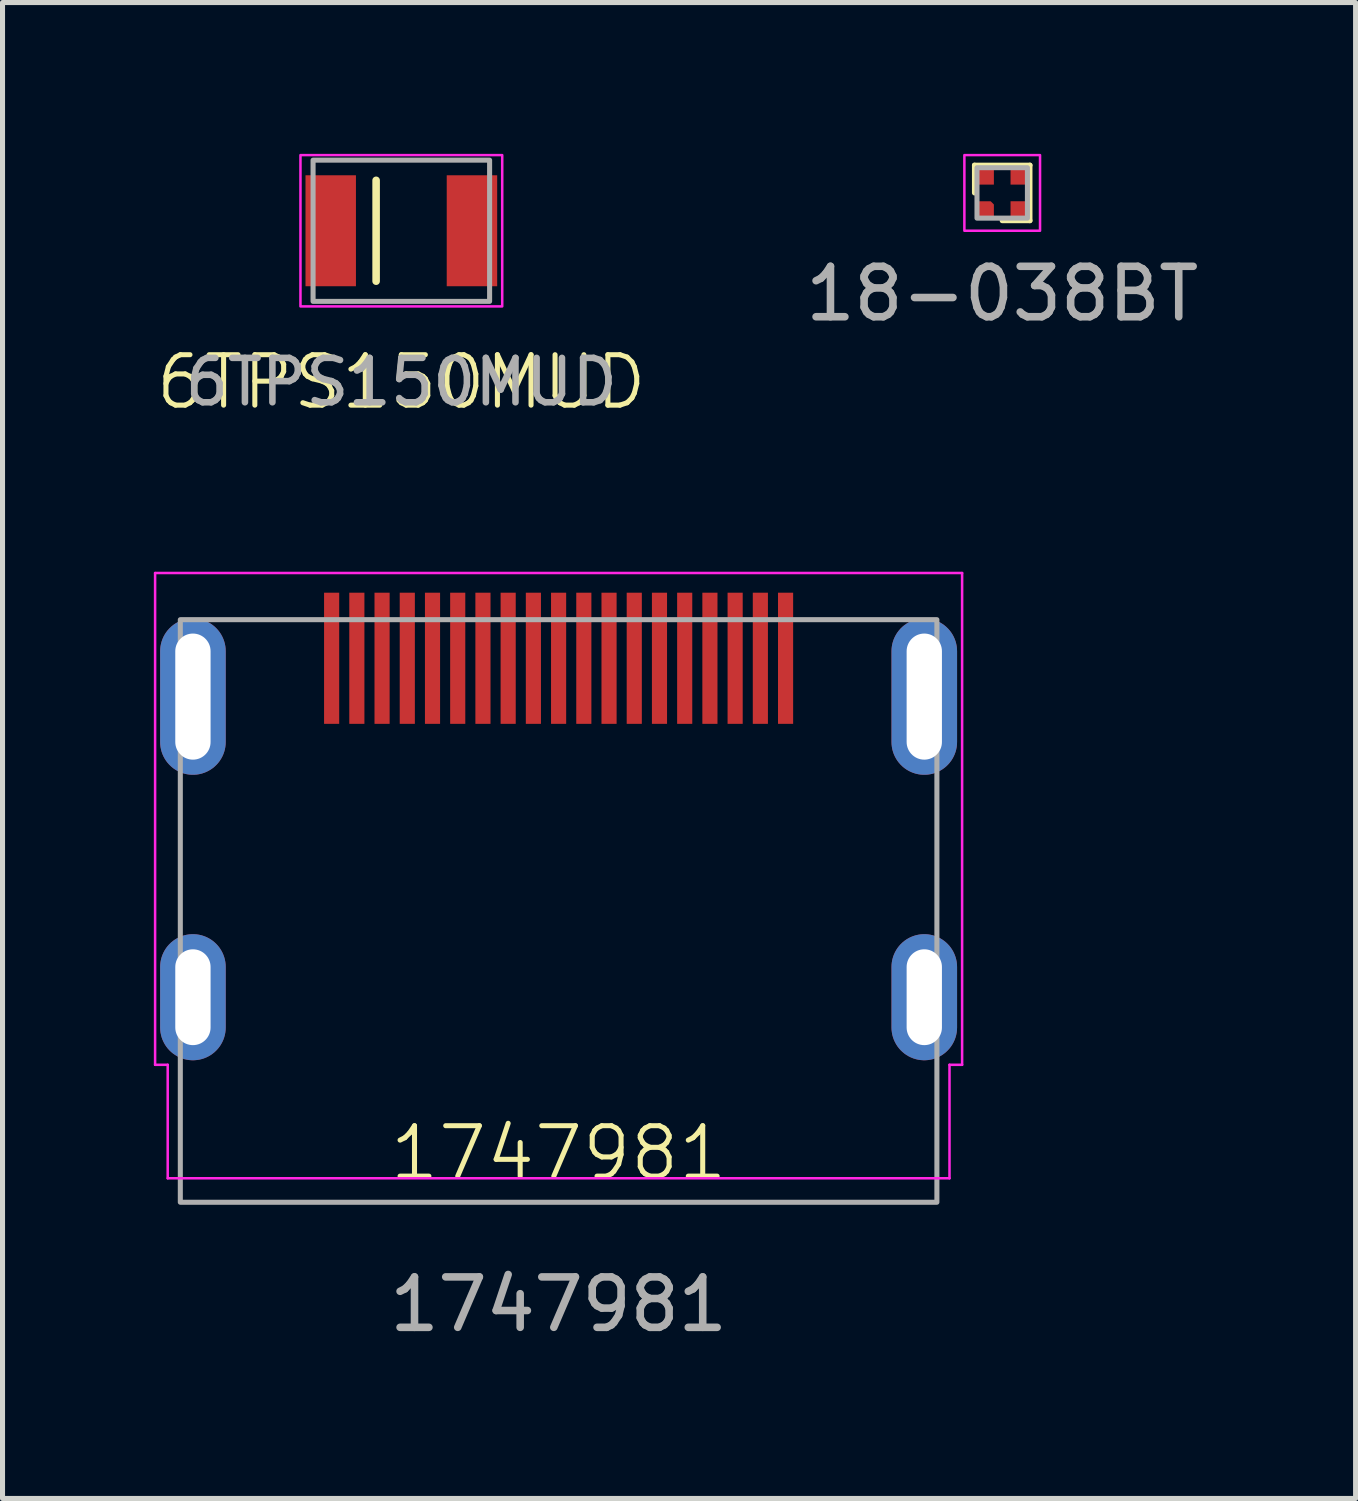
<source format=kicad_pcb>
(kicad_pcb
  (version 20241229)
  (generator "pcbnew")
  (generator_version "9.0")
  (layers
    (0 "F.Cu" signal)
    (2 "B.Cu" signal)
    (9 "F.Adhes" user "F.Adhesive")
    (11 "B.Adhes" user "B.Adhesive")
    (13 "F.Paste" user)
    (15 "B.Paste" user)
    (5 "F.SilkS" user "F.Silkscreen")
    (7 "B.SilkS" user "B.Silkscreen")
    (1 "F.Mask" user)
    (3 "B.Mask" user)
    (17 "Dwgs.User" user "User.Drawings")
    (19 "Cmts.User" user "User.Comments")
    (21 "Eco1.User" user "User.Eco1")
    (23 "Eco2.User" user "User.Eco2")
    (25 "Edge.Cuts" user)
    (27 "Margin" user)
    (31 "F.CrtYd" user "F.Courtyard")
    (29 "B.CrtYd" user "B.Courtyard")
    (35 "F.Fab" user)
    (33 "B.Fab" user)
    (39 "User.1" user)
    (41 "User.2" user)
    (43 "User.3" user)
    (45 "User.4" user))
  (footprint "6TPS150MUD"
    (layer "F.Cu")
    (at 4.907 1.525)
    (property "Reference" "6TPS150MUD" (at 0 3 0) (layer "F.SilkS") (effects (font (size 1 1) (thickness 0.1))))
    (attr smd)
    (fp_line (start -0.5 -1) (end -0.5 1) (stroke (width 0.15) (type default)) (layer "F.SilkS"))
    (fp_rect (start -2 -1.5) (end 2 1.5) (stroke (width 0.05) (type default)) (fill no) (layer "F.CrtYd"))
    (fp_rect (start -1.75 -1.4) (end 1.75 1.4) (stroke (width 0.1) (type default)) (fill no) (layer "F.Fab"))
    (fp_text user "${REFERENCE}" (at 0 3 0) (layer "F.Fab") (effects (font (size 0.88 0.88) (thickness 0.13))))
    (pad "1" smd rect (at -1.4 0) (size 1 2.2) (layers "F.Cu" "F.Mask" "F.Paste"))
    (pad "2" smd rect (at 1.4 0) (size 1 2.2) (layers "F.Cu" "F.Mask" "F.Paste")))
  (footprint "18-038BT"
    (layer "F.Cu")
    (at 16.82 0.775)
    (property "Reference" "18-038BT" (at 0 2 0) (unlocked yes) (layer "F.SilkS") (effects (font (size 1 1) (thickness 0.1))))
    (attr smd)
    (fp_line (start -0.55 -0.55) (end 0.55 -0.55) (stroke (width 0.1) (type default)) (layer "F.SilkS"))
    (fp_line (start -0.55 0) (end -0.55 -0.55) (stroke (width 0.1) (type default)) (layer "F.SilkS"))
    (fp_line (start 0.55 -0.55) (end 0.55 0.55) (stroke (width 0.1) (type default)) (layer "F.SilkS"))
    (fp_line (start 0.55 0.55) (end 0 0.55) (stroke (width 0.1) (type default)) (layer "F.SilkS"))
    (fp_rect (start -0.75 -0.75) (end 0.75 0.75) (stroke (width 0.05) (type default)) (fill no) (layer "F.CrtYd"))
    (fp_rect (start -0.5 -0.5) (end 0.5 0.5) (stroke (width 0.1) (type default)) (fill no) (layer "F.Fab"))
    (fp_text user "${REFERENCE}" (at 0 2 0) (unlocked yes) (layer "F.Fab") (effects (font (size 1 1) (thickness 0.15))))
    (pad "1" smd roundrect (at -0.325 0.325) (size 0.32 0.32) (layers "F.Cu" "F.Mask" "F.Paste") (roundrect_rratio 0) (chamfer_ratio 0.2) (chamfer top_right))
    (pad "2" smd rect (at -0.325 -0.325 90) (size 0.32 0.32) (layers "F.Cu" "F.Mask" "F.Paste"))
    (pad "3" smd rect (at 0.325 -0.325 90) (size 0.32 0.32) (layers "F.Cu" "F.Mask" "F.Paste"))
    (pad "4" smd rect (at 0.325 0.325 90) (size 0.32 0.32) (layers "F.Cu" "F.Mask" "F.Paste")))
  (footprint "1747981"
    (layer "F.Cu")
    (at 8.025 20.311)
    (property "Reference" "1747981" (at 0 -0.5 0) (unlocked yes) (layer "F.SilkS") (effects (font (size 1 1) (thickness 0.1))))
    (attr smd)
    (fp_line (start -8 -12) (end 8 -12) (stroke (width 0.05) (type default)) (layer "F.CrtYd"))
    (fp_line (start -8 -2.25) (end -8 -12) (stroke (width 0.05) (type default)) (layer "F.CrtYd"))
    (fp_line (start -7.75 -2.25) (end -8 -2.25) (stroke (width 0.05) (type default)) (layer "F.CrtYd"))
    (fp_line (start -7.75 0) (end -7.75 -2.25) (stroke (width 0.05) (type default)) (layer "F.CrtYd"))
    (fp_line (start 7.75 -2.25) (end 8 -2.25) (stroke (width 0.05) (type default)) (layer "F.CrtYd"))
    (fp_line (start 7.75 0) (end -7.75 0) (stroke (width 0.05) (type default)) (layer "F.CrtYd"))
    (fp_line (start 7.75 0) (end 7.75 -2.25) (stroke (width 0.05) (type default)) (layer "F.CrtYd"))
    (fp_line (start 8 -2.25) (end 8 -12) (stroke (width 0.05) (type default)) (layer "F.CrtYd"))
    (fp_rect (start -7.5 -11.075) (end 7.5 0.475) (stroke (width 0.1) (type solid)) (fill no) (layer "F.Fab"))
    (fp_text user "${REFERENCE}" (at 0 2.5 0) (unlocked yes) (layer "F.Fab") (effects (font (size 1 1) (thickness 0.15))))
    (pad "1" smd rect (at 4.5 -10.31) (size 0.3 2.6) (layers "F.Cu" "F.Mask" "F.Paste"))
    (pad "2" smd rect (at 4 -10.31) (size 0.3 2.6) (layers "F.Cu" "F.Mask" "F.Paste"))
    (pad "3" smd rect (at 3.5 -10.31) (size 0.3 2.6) (layers "F.Cu" "F.Mask" "F.Paste"))
    (pad "4" smd rect (at 3 -10.31) (size 0.3 2.6) (layers "F.Cu" "F.Mask" "F.Paste"))
    (pad "5" smd rect (at 2.5 -10.31) (size 0.3 2.6) (layers "F.Cu" "F.Mask" "F.Paste"))
    (pad "6" smd rect (at 2 -10.31) (size 0.3 2.6) (layers "F.Cu" "F.Mask" "F.Paste"))
    (pad "7" smd rect (at 1.5 -10.31) (size 0.3 2.6) (layers "F.Cu" "F.Mask" "F.Paste"))
    (pad "8" smd rect (at 1 -10.31) (size 0.3 2.6) (layers "F.Cu" "F.Mask" "F.Paste"))
    (pad "9" smd rect (at 0.5 -10.31) (size 0.3 2.6) (layers "F.Cu" "F.Mask" "F.Paste"))
    (pad "10" smd rect (at 0 -10.31) (size 0.3 2.6) (layers "F.Cu" "F.Mask" "F.Paste"))
    (pad "11" smd rect (at -0.5 -10.31) (size 0.3 2.6) (layers "F.Cu" "F.Mask" "F.Paste"))
    (pad "12" smd rect (at -1 -10.31) (size 0.3 2.6) (layers "F.Cu" "F.Mask" "F.Paste"))
    (pad "13" smd rect (at -1.5 -10.31) (size 0.3 2.6) (layers "F.Cu" "F.Mask" "F.Paste"))
    (pad "14" smd rect (at -2 -10.31) (size 0.3 2.6) (layers "F.Cu" "F.Mask" "F.Paste"))
    (pad "15" smd rect (at -2.5 -10.31) (size 0.3 2.6) (layers "F.Cu" "F.Mask" "F.Paste"))
    (pad "16" smd rect (at -3 -10.31) (size 0.3 2.6) (layers "F.Cu" "F.Mask" "F.Paste"))
    (pad "17" smd rect (at -3.5 -10.31) (size 0.3 2.6) (layers "F.Cu" "F.Mask" "F.Paste"))
    (pad "18" smd rect (at -4 -10.31) (size 0.3 2.6) (layers "F.Cu" "F.Mask" "F.Paste"))
    (pad "19" smd rect (at -4.5 -10.31) (size 0.3 2.6) (layers "F.Cu" "F.Mask" "F.Paste"))
    (pad "MP" thru_hole oval (at -7.25 -9.55) (size 1.3 3.1) (drill oval 0.7 2.5) (layers "*.Cu" "*.Mask"))
    (pad "MP" thru_hole oval (at -7.25 -3.59) (size 1.3 2.5) (drill oval 0.7 1.9) (layers "*.Cu" "*.Mask"))
    (pad "MP" thru_hole oval (at 7.25 -9.55) (size 1.3 3.1) (drill oval 0.7 2.5) (layers "*.Cu" "*.Mask"))
    (pad "MP" thru_hole oval (at 7.25 -3.59) (size 1.3 2.5) (drill oval 0.7 1.9) (layers "*.Cu" "*.Mask")))
  (gr_rect
    (start -3 -3)
    (end 23.826 26.659)
    (stroke (width 0.1) (type default))
    (fill no)
    (layer "Edge.Cuts")))
</source>
